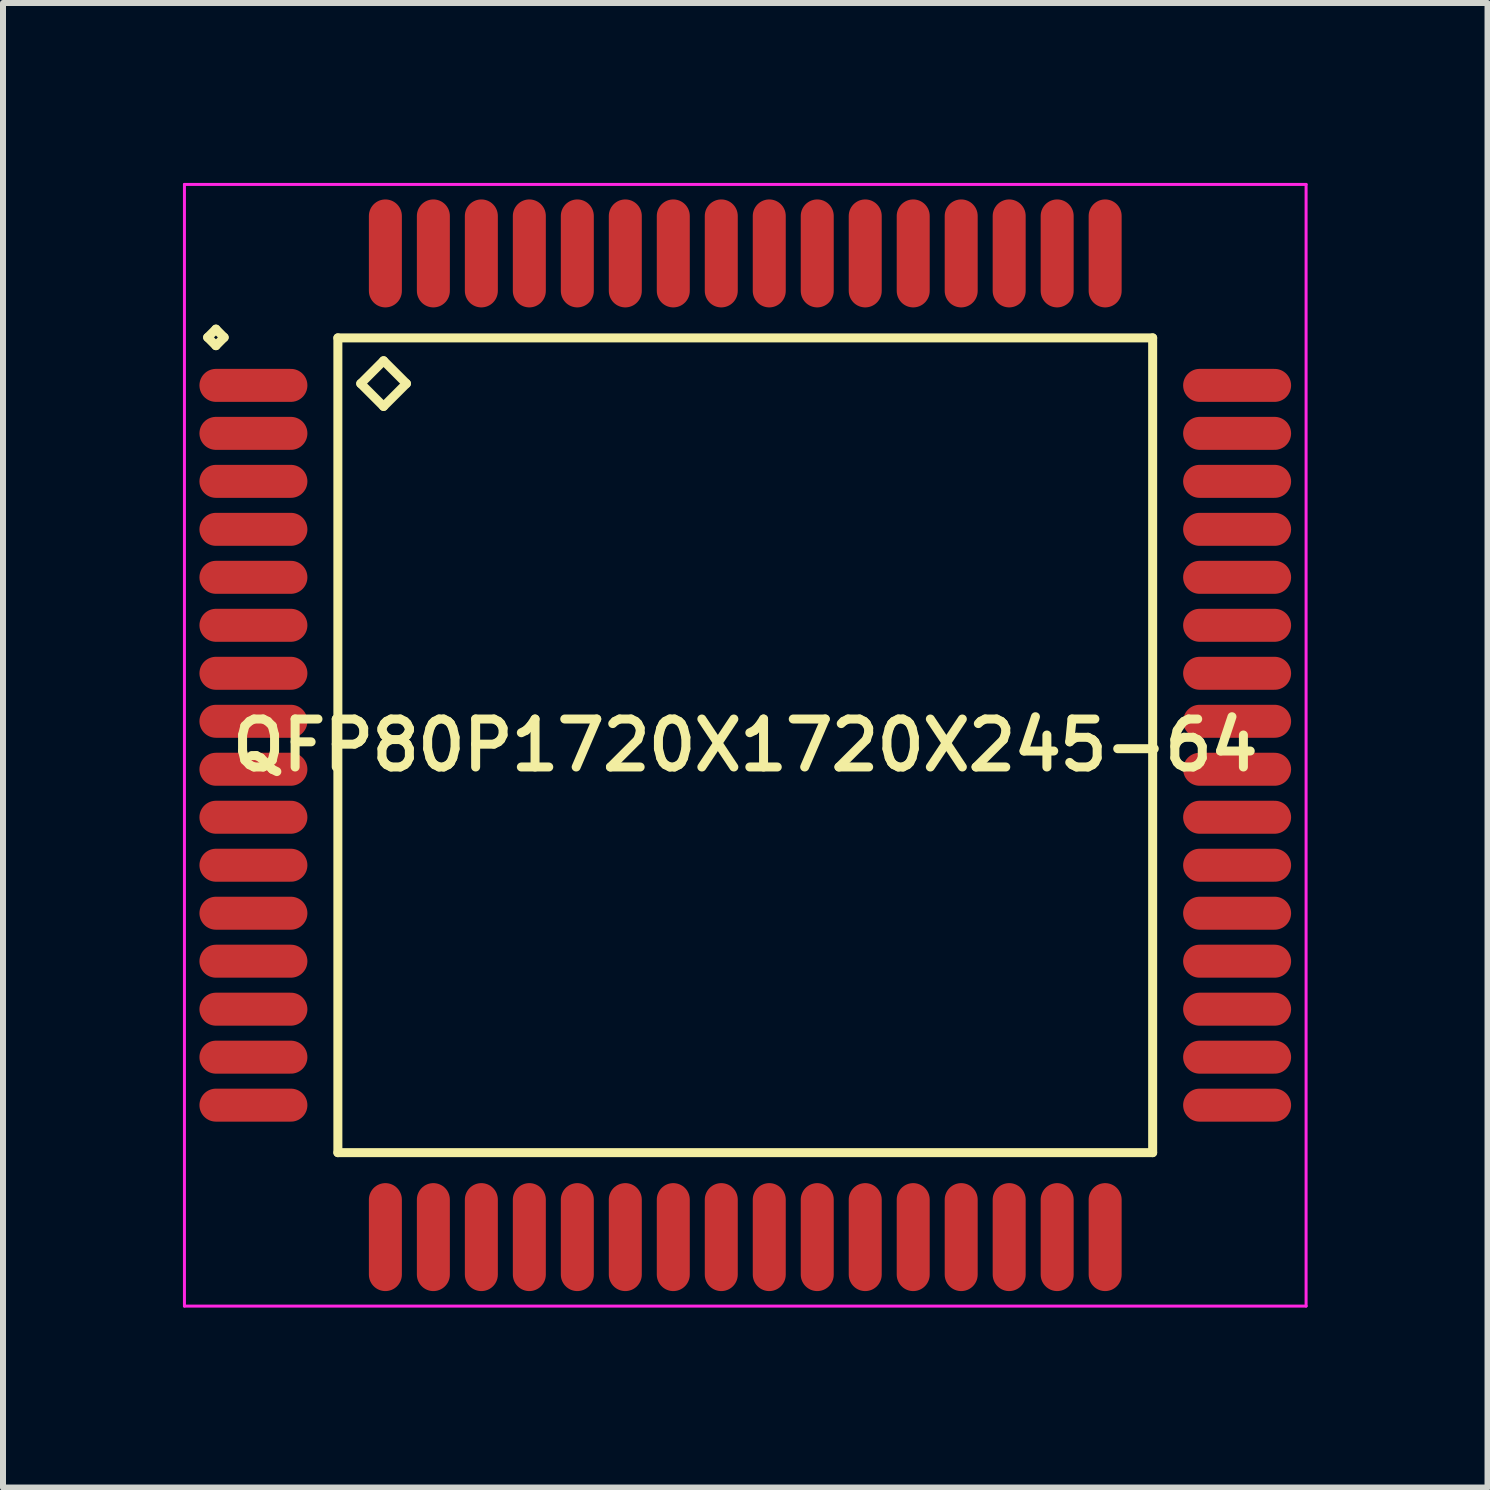
<source format=kicad_pcb>
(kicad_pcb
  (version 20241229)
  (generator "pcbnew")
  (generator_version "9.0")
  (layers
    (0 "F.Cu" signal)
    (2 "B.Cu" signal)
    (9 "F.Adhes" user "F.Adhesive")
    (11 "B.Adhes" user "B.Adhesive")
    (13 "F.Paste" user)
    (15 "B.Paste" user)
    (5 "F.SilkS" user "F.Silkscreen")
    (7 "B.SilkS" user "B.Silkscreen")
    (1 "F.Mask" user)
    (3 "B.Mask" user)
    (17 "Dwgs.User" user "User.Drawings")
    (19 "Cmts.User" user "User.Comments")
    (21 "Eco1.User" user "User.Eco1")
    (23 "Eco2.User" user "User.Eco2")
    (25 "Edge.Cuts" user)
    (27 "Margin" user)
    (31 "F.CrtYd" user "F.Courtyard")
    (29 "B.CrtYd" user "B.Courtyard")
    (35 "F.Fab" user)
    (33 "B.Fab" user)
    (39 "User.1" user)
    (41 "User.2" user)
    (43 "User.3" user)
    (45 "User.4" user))
  (footprint "QFP80P1720X1720X245-64"
    (layer "F.Cu")
    (at 9.375 9.375)
    (property "Reference" "QFP80P1720X1720X245-64" (at 0 0 0) (layer "F.SilkS") (effects (font (size 0.8 0.8) (thickness 0.15))))
    (attr smd)
    (fp_line (start -8.963 -6.8) (end -8.825 -6.938) (stroke (width 0.15) (type solid)) (layer "F.SilkS"))
    (fp_line (start -8.825 -6.938) (end -8.688 -6.8) (stroke (width 0.15) (type solid)) (layer "F.SilkS"))
    (fp_line (start -8.825 -6.662) (end -8.963 -6.8) (stroke (width 0.15) (type solid)) (layer "F.SilkS"))
    (fp_line (start -8.688 -6.8) (end -8.825 -6.662) (stroke (width 0.15) (type solid)) (layer "F.SilkS"))
    (fp_line (start -6.792 -6.792) (end -6.792 6.792) (stroke (width 0.15) (type solid)) (layer "F.SilkS"))
    (fp_line (start -6.792 6.792) (end 6.792 6.792) (stroke (width 0.15) (type solid)) (layer "F.SilkS"))
    (fp_line (start -6.411 -6.03) (end -6.03 -6.411) (stroke (width 0.15) (type solid)) (layer "F.SilkS"))
    (fp_line (start -6.03 -6.411) (end -5.649 -6.03) (stroke (width 0.15) (type solid)) (layer "F.SilkS"))
    (fp_line (start -6.03 -5.649) (end -6.411 -6.03) (stroke (width 0.15) (type solid)) (layer "F.SilkS"))
    (fp_line (start -5.649 -6.03) (end -6.03 -5.649) (stroke (width 0.15) (type solid)) (layer "F.SilkS"))
    (fp_line (start 6.792 -6.792) (end -6.792 -6.792) (stroke (width 0.15) (type solid)) (layer "F.SilkS"))
    (fp_line (start 6.792 6.792) (end 6.792 -6.792) (stroke (width 0.15) (type solid)) (layer "F.SilkS"))
    (fp_line (start -9.35 -9.35) (end 9.35 -9.35) (stroke (width 0.05) (type solid)) (layer "F.CrtYd"))
    (fp_line (start -9.35 9.35) (end -9.35 -9.35) (stroke (width 0.05) (type solid)) (layer "F.CrtYd"))
    (fp_line (start 9.35 -9.35) (end 9.35 9.35) (stroke (width 0.05) (type solid)) (layer "F.CrtYd"))
    (fp_line (start 9.35 9.35) (end -9.35 9.35) (stroke (width 0.05) (type solid)) (layer "F.CrtYd"))
    (pad "1" smd oval (at -8.2 -6) (size 1.8 0.55) (layers "F.Cu" "F.Mask" "F.Paste"))
    (pad "2" smd oval (at -8.2 -5.2) (size 1.8 0.55) (layers "F.Cu" "F.Mask" "F.Paste"))
    (pad "3" smd oval (at -8.2 -4.4) (size 1.8 0.55) (layers "F.Cu" "F.Mask" "F.Paste"))
    (pad "4" smd oval (at -8.2 -3.6) (size 1.8 0.55) (layers "F.Cu" "F.Mask" "F.Paste"))
    (pad "5" smd oval (at -8.2 -2.8) (size 1.8 0.55) (layers "F.Cu" "F.Mask" "F.Paste"))
    (pad "6" smd oval (at -8.2 -2) (size 1.8 0.55) (layers "F.Cu" "F.Mask" "F.Paste"))
    (pad "7" smd oval (at -8.2 -1.2) (size 1.8 0.55) (layers "F.Cu" "F.Mask" "F.Paste"))
    (pad "8" smd oval (at -8.2 -0.4) (size 1.8 0.55) (layers "F.Cu" "F.Mask" "F.Paste"))
    (pad "9" smd oval (at -8.2 0.4) (size 1.8 0.55) (layers "F.Cu" "F.Mask" "F.Paste"))
    (pad "10" smd oval (at -8.2 1.2) (size 1.8 0.55) (layers "F.Cu" "F.Mask" "F.Paste"))
    (pad "11" smd oval (at -8.2 2) (size 1.8 0.55) (layers "F.Cu" "F.Mask" "F.Paste"))
    (pad "12" smd oval (at -8.2 2.8) (size 1.8 0.55) (layers "F.Cu" "F.Mask" "F.Paste"))
    (pad "13" smd oval (at -8.2 3.6) (size 1.8 0.55) (layers "F.Cu" "F.Mask" "F.Paste"))
    (pad "14" smd oval (at -8.2 4.4) (size 1.8 0.55) (layers "F.Cu" "F.Mask" "F.Paste"))
    (pad "15" smd oval (at -8.2 5.2) (size 1.8 0.55) (layers "F.Cu" "F.Mask" "F.Paste"))
    (pad "16" smd oval (at -8.2 6) (size 1.8 0.55) (layers "F.Cu" "F.Mask" "F.Paste"))
    (pad "17" smd oval (at -6 8.2) (size 0.55 1.8) (layers "F.Cu" "F.Mask" "F.Paste"))
    (pad "18" smd oval (at -5.2 8.2) (size 0.55 1.8) (layers "F.Cu" "F.Mask" "F.Paste"))
    (pad "19" smd oval (at -4.4 8.2) (size 0.55 1.8) (layers "F.Cu" "F.Mask" "F.Paste"))
    (pad "20" smd oval (at -3.6 8.2) (size 0.55 1.8) (layers "F.Cu" "F.Mask" "F.Paste"))
    (pad "21" smd oval (at -2.8 8.2) (size 0.55 1.8) (layers "F.Cu" "F.Mask" "F.Paste"))
    (pad "22" smd oval (at -2 8.2) (size 0.55 1.8) (layers "F.Cu" "F.Mask" "F.Paste"))
    (pad "23" smd oval (at -1.2 8.2) (size 0.55 1.8) (layers "F.Cu" "F.Mask" "F.Paste"))
    (pad "24" smd oval (at -0.4 8.2) (size 0.55 1.8) (layers "F.Cu" "F.Mask" "F.Paste"))
    (pad "25" smd oval (at 0.4 8.2) (size 0.55 1.8) (layers "F.Cu" "F.Mask" "F.Paste"))
    (pad "26" smd oval (at 1.2 8.2) (size 0.55 1.8) (layers "F.Cu" "F.Mask" "F.Paste"))
    (pad "27" smd oval (at 2 8.2) (size 0.55 1.8) (layers "F.Cu" "F.Mask" "F.Paste"))
    (pad "28" smd oval (at 2.8 8.2) (size 0.55 1.8) (layers "F.Cu" "F.Mask" "F.Paste"))
    (pad "29" smd oval (at 3.6 8.2) (size 0.55 1.8) (layers "F.Cu" "F.Mask" "F.Paste"))
    (pad "30" smd oval (at 4.4 8.2) (size 0.55 1.8) (layers "F.Cu" "F.Mask" "F.Paste"))
    (pad "31" smd oval (at 5.2 8.2) (size 0.55 1.8) (layers "F.Cu" "F.Mask" "F.Paste"))
    (pad "32" smd oval (at 6 8.2) (size 0.55 1.8) (layers "F.Cu" "F.Mask" "F.Paste"))
    (pad "33" smd oval (at 8.2 6) (size 1.8 0.55) (layers "F.Cu" "F.Mask" "F.Paste"))
    (pad "34" smd oval (at 8.2 5.2) (size 1.8 0.55) (layers "F.Cu" "F.Mask" "F.Paste"))
    (pad "35" smd oval (at 8.2 4.4) (size 1.8 0.55) (layers "F.Cu" "F.Mask" "F.Paste"))
    (pad "36" smd oval (at 8.2 3.6) (size 1.8 0.55) (layers "F.Cu" "F.Mask" "F.Paste"))
    (pad "37" smd oval (at 8.2 2.8) (size 1.8 0.55) (layers "F.Cu" "F.Mask" "F.Paste"))
    (pad "38" smd oval (at 8.2 2) (size 1.8 0.55) (layers "F.Cu" "F.Mask" "F.Paste"))
    (pad "39" smd oval (at 8.2 1.2) (size 1.8 0.55) (layers "F.Cu" "F.Mask" "F.Paste"))
    (pad "40" smd oval (at 8.2 0.4) (size 1.8 0.55) (layers "F.Cu" "F.Mask" "F.Paste"))
    (pad "41" smd oval (at 8.2 -0.4) (size 1.8 0.55) (layers "F.Cu" "F.Mask" "F.Paste"))
    (pad "42" smd oval (at 8.2 -1.2) (size 1.8 0.55) (layers "F.Cu" "F.Mask" "F.Paste"))
    (pad "43" smd oval (at 8.2 -2) (size 1.8 0.55) (layers "F.Cu" "F.Mask" "F.Paste"))
    (pad "44" smd oval (at 8.2 -2.8) (size 1.8 0.55) (layers "F.Cu" "F.Mask" "F.Paste"))
    (pad "45" smd oval (at 8.2 -3.6) (size 1.8 0.55) (layers "F.Cu" "F.Mask" "F.Paste"))
    (pad "46" smd oval (at 8.2 -4.4) (size 1.8 0.55) (layers "F.Cu" "F.Mask" "F.Paste"))
    (pad "47" smd oval (at 8.2 -5.2) (size 1.8 0.55) (layers "F.Cu" "F.Mask" "F.Paste"))
    (pad "48" smd oval (at 8.2 -6) (size 1.8 0.55) (layers "F.Cu" "F.Mask" "F.Paste"))
    (pad "49" smd oval (at 6 -8.2) (size 0.55 1.8) (layers "F.Cu" "F.Mask" "F.Paste"))
    (pad "50" smd oval (at 5.2 -8.2) (size 0.55 1.8) (layers "F.Cu" "F.Mask" "F.Paste"))
    (pad "51" smd oval (at 4.4 -8.2) (size 0.55 1.8) (layers "F.Cu" "F.Mask" "F.Paste"))
    (pad "52" smd oval (at 3.6 -8.2) (size 0.55 1.8) (layers "F.Cu" "F.Mask" "F.Paste"))
    (pad "53" smd oval (at 2.8 -8.2) (size 0.55 1.8) (layers "F.Cu" "F.Mask" "F.Paste"))
    (pad "54" smd oval (at 2 -8.2) (size 0.55 1.8) (layers "F.Cu" "F.Mask" "F.Paste"))
    (pad "55" smd oval (at 1.2 -8.2) (size 0.55 1.8) (layers "F.Cu" "F.Mask" "F.Paste"))
    (pad "56" smd oval (at 0.4 -8.2) (size 0.55 1.8) (layers "F.Cu" "F.Mask" "F.Paste"))
    (pad "57" smd oval (at -0.4 -8.2) (size 0.55 1.8) (layers "F.Cu" "F.Mask" "F.Paste"))
    (pad "58" smd oval (at -1.2 -8.2) (size 0.55 1.8) (layers "F.Cu" "F.Mask" "F.Paste"))
    (pad "59" smd oval (at -2 -8.2) (size 0.55 1.8) (layers "F.Cu" "F.Mask" "F.Paste"))
    (pad "60" smd oval (at -2.8 -8.2) (size 0.55 1.8) (layers "F.Cu" "F.Mask" "F.Paste"))
    (pad "61" smd oval (at -3.6 -8.2) (size 0.55 1.8) (layers "F.Cu" "F.Mask" "F.Paste"))
    (pad "62" smd oval (at -4.4 -8.2) (size 0.55 1.8) (layers "F.Cu" "F.Mask" "F.Paste"))
    (pad "63" smd oval (at -5.2 -8.2) (size 0.55 1.8) (layers "F.Cu" "F.Mask" "F.Paste"))
    (pad "64" smd oval (at -6 -8.2) (size 0.55 1.8) (layers "F.Cu" "F.Mask" "F.Paste")))
  (gr_rect
    (start -3 -3)
    (end 21.75 21.75)
    (stroke (width 0.1) (type default))
    (fill no)
    (layer "Edge.Cuts")))
</source>
